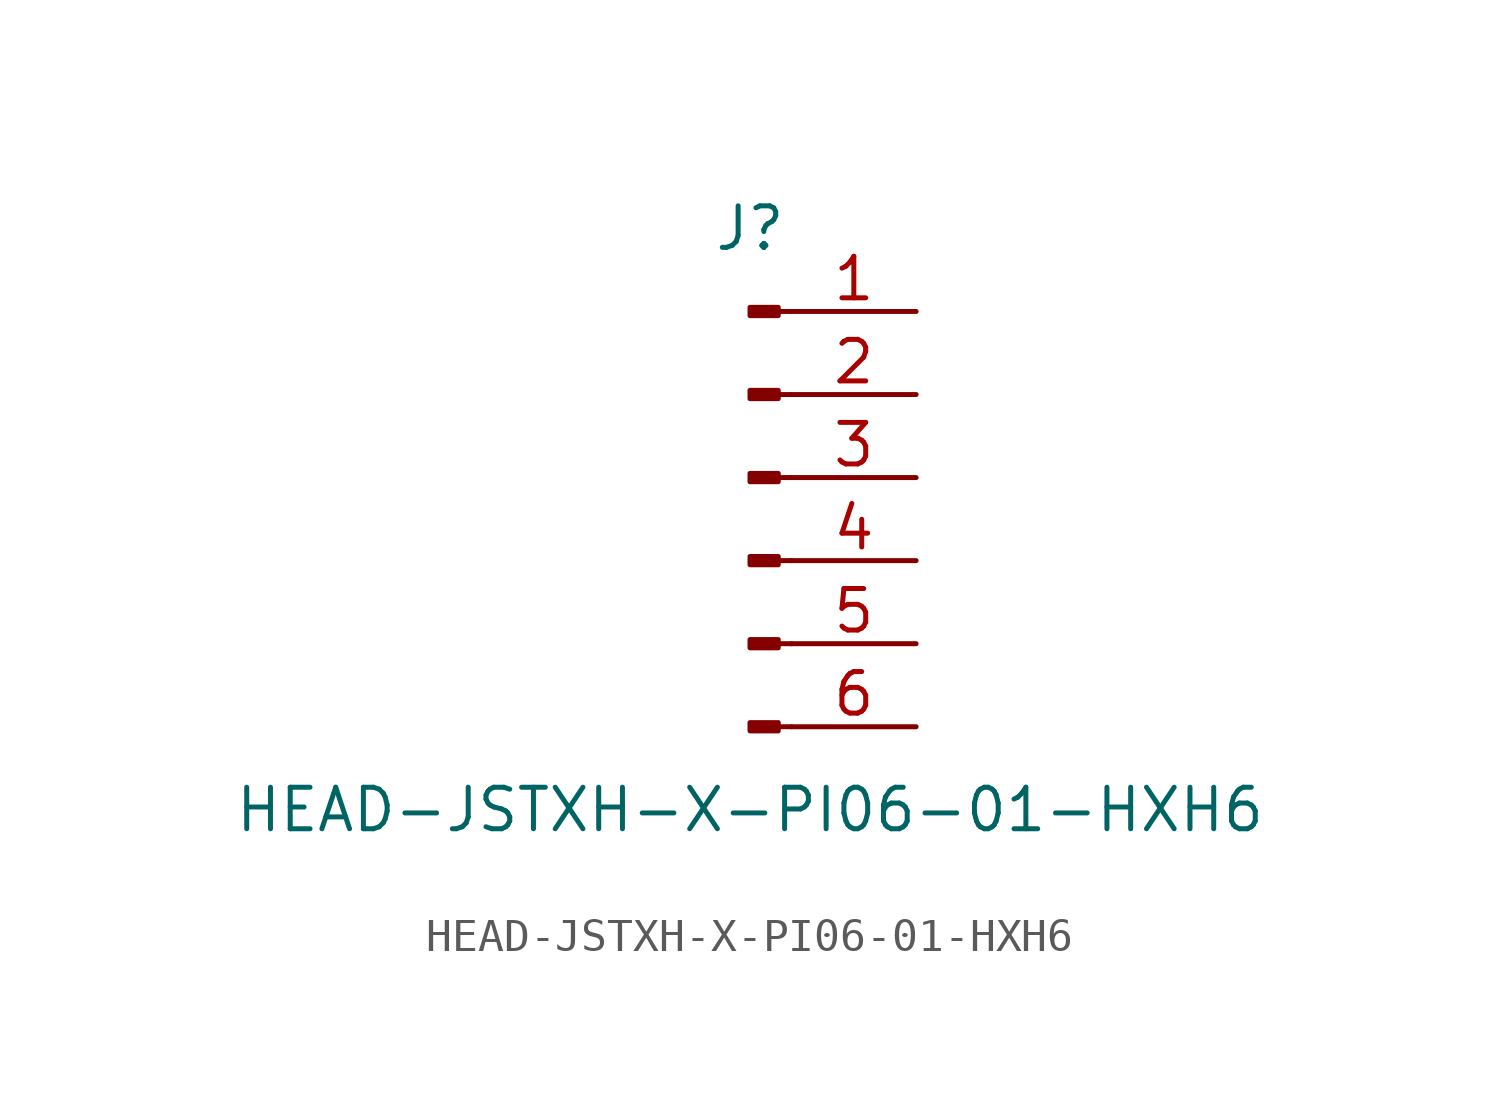
<source format=kicad_sym>
(kicad_symbol_lib
  (version 20211014)
  (generator kicad_symbol_editor)
  (symbol "HEAD-JSTXH-X-PI06-01-HXH6"
    (pin_names
      (offset 1.016) hide)
    (property "Reference" "J"
      (at 0 7.62 0)
      (effects (font (size 1.27 1.27))))
    (property "Value" "HEAD-JSTXH-X-PI06-01-HXH6"
      (at 0 -10.16 0)
      (effects (font (size 1.27 1.27))))
    (symbol "HEAD-JSTXH-X-PI06-01-HXH6_1_1"
      (polyline (pts (xy 1.27 -7.62) (xy 0.864 -7.62)) (stroke (width 0.152) (type default) (color 0 0 0 0)) (fill (type none)))
      (polyline (pts (xy 1.27 -5.08) (xy 0.864 -5.08)) (stroke (width 0.152) (type default) (color 0 0 0 0)) (fill (type none)))
      (polyline (pts (xy 1.27 -2.54) (xy 0.864 -2.54)) (stroke (width 0.152) (type default) (color 0 0 0 0)) (fill (type none)))
      (polyline (pts (xy 1.27 0) (xy 0.864 0)) (stroke (width 0.152) (type default) (color 0 0 0 0)) (fill (type none)))
      (polyline (pts (xy 1.27 2.54) (xy 0.864 2.54)) (stroke (width 0.152) (type default) (color 0 0 0 0)) (fill (type none)))
      (polyline (pts (xy 1.27 5.08) (xy 0.864 5.08)) (stroke (width 0.152) (type default) (color 0 0 0 0)) (fill (type none)))
      (rectangle (start 0.864 -7.493) (end 0 -7.747) (stroke (width 0.152) (type default) (color 0 0 0 0)) (fill (type outline)))
      (rectangle (start 0.864 -4.953) (end 0 -5.207) (stroke (width 0.152) (type default) (color 0 0 0 0)) (fill (type outline)))
      (rectangle (start 0.864 -2.413) (end 0 -2.667) (stroke (width 0.152) (type default) (color 0 0 0 0)) (fill (type outline)))
      (rectangle (start 0.864 0.127) (end 0 -0.127) (stroke (width 0.152) (type default) (color 0 0 0 0)) (fill (type outline)))
      (rectangle (start 0.864 2.667) (end 0 2.413) (stroke (width 0.152) (type default) (color 0 0 0 0)) (fill (type outline)))
      (rectangle (start 0.864 5.207) (end 0 4.953) (stroke (width 0.152) (type default) (color 0 0 0 0)) (fill (type outline)))
      (pin passive line (at 5.08 5.08 180) (length 3.81) (name "Pin_1" (effects (font (size 1.27 1.27)))) (number "1" (effects (font (size 1.27 1.27)))))
      (pin passive line (at 5.08 2.54 180) (length 3.81) (name "Pin_2" (effects (font (size 1.27 1.27)))) (number "2" (effects (font (size 1.27 1.27)))))
      (pin passive line (at 5.08 0 180) (length 3.81) (name "Pin_3" (effects (font (size 1.27 1.27)))) (number "3" (effects (font (size 1.27 1.27)))))
      (pin passive line (at 5.08 -2.54 180) (length 3.81) (name "Pin_4" (effects (font (size 1.27 1.27)))) (number "4" (effects (font (size 1.27 1.27)))))
      (pin passive line (at 5.08 -5.08 180) (length 3.81) (name "Pin_5" (effects (font (size 1.27 1.27)))) (number "5" (effects (font (size 1.27 1.27)))))
      (pin passive line (at 5.08 -7.62 180) (length 3.81) (name "Pin_6" (effects (font (size 1.27 1.27)))) (number "6" (effects (font (size 1.27 1.27))))))))
</source>
